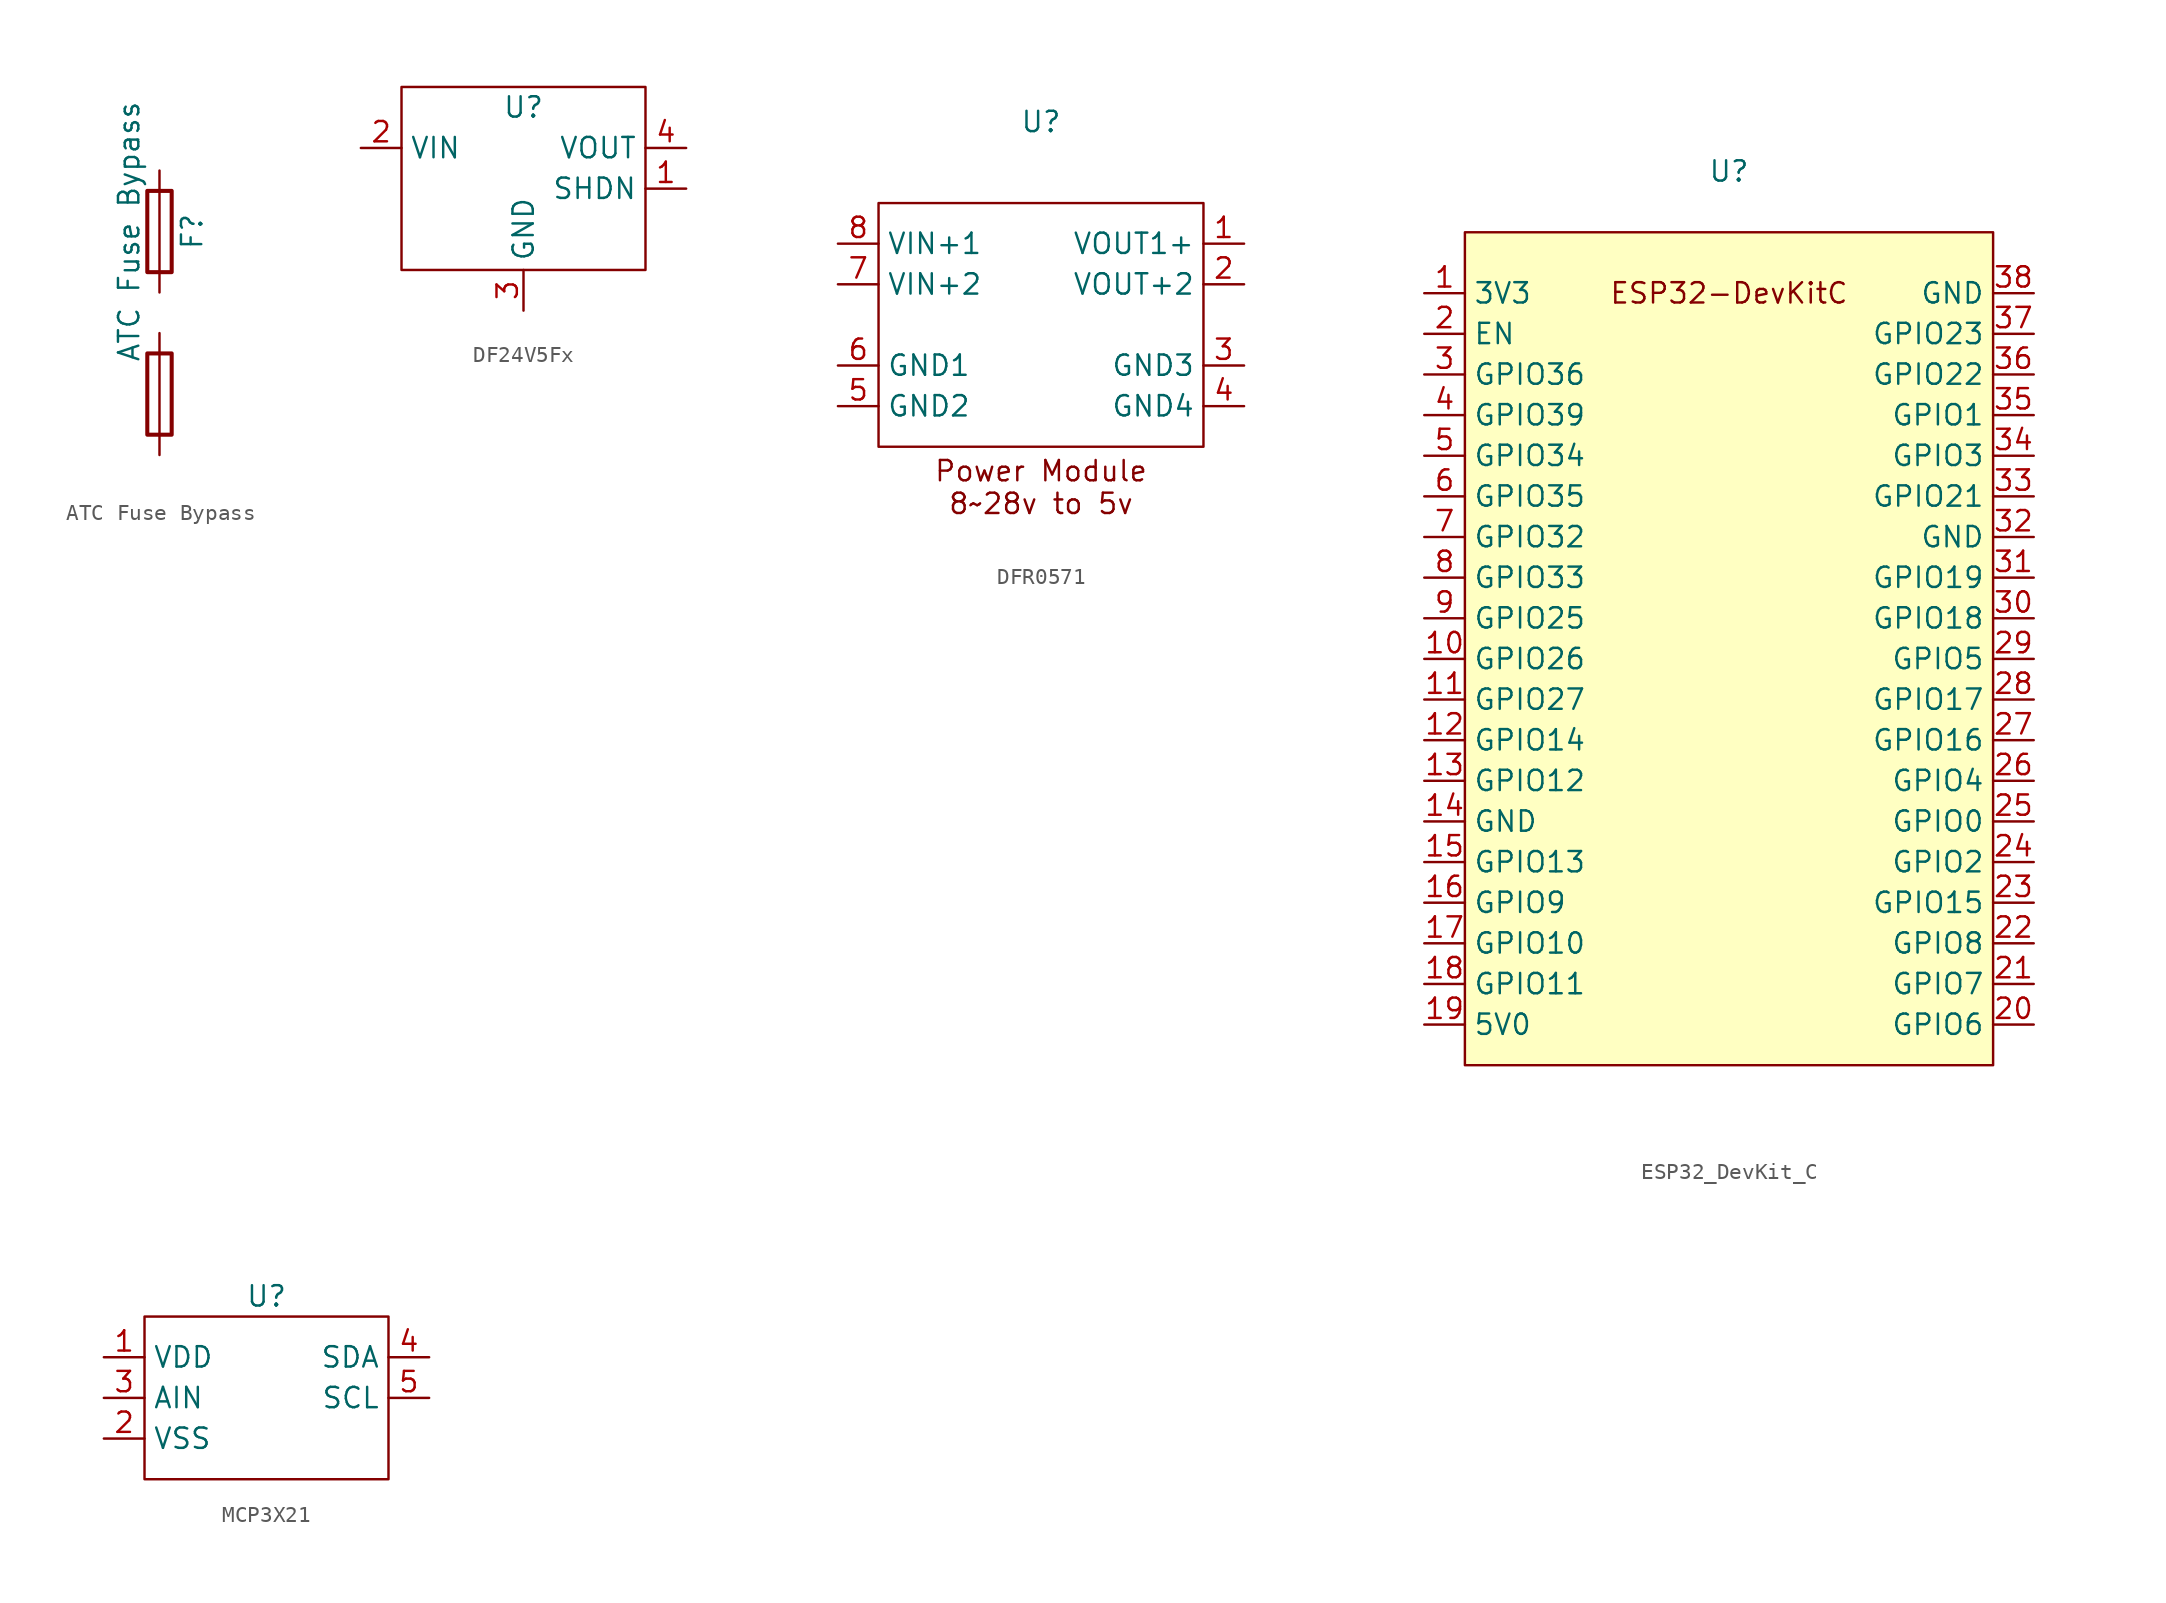
<source format=kicad_sym>
(kicad_symbol_lib
  (version 20220914)
  (generator kicad_symbol_editor)
  (symbol "ATC Fuse Bypass"
    (pin_numbers hide)
    (pin_names
      (offset 0))
    (property "Reference" "F"
      (at 2.032 5.08 90)
      (effects (font (size 1.27 1.27))))
    (property "Value" "ATC Fuse Bypass"
      (at -1.905 5.08 90)
      (effects (font (size 1.27 1.27))))
    (symbol "ATC Fuse Bypass_0_1"
      (rectangle (start -0.762 -7.62) (end 0.762 -2.54) (stroke (width 0.254) (type default)) (fill (type none)))
      (rectangle (start -0.762 2.54) (end 0.762 7.62) (stroke (width 0.254) (type default)) (fill (type none)))
      (polyline (pts (xy 0 -2.54) (xy 0 -7.62)) (stroke (width 0) (type default)) (fill (type none)))
      (polyline (pts (xy 0 7.62) (xy 0 2.54)) (stroke (width 0) (type default)) (fill (type none))))
    (symbol "ATC Fuse Bypass_1_1"
      (pin passive line (at 0 8.89 270) (length 1.27) (name "~" (effects (font (size 1.27 1.27)))) (number "1" (effects (font (size 1.27 1.27)))))
      (pin passive line (at 0 -1.27 270) (length 1.27) (name "~" (effects (font (size 1.27 1.27)))) (number "2" (effects (font (size 1.27 1.27)))))
      (pin passive line (at 0 1.27 90) (length 1.27) (name "~" (effects (font (size 1.27 1.27)))) (number "2" (effects (font (size 1.27 1.27)))))
      (pin passive line (at 0 -8.89 90) (length 1.27) (name "~" (effects (font (size 1.27 1.27)))) (number "3" (effects (font (size 1.27 1.27)))))))
  (symbol "DF24V5Fx"
    (property "Reference" "U"
      (at 0 3.81 0)
      (effects (font (size 1.27 1.27))))
    (property "Value" ""
      (at 0 3.81 0)
      (effects (font (size 1.27 1.27))))
    (symbol "DF24V5Fx_0_1"
      (rectangle (start -7.62 5.08) (end 7.62 -6.35) (stroke (width 0) (type default)) (fill (type none))))
    (symbol "DF24V5Fx_1_1"
      (pin power_out line (at 10.16 -1.27 180) (length 2.54) (name "SHDN" (effects (font (size 1.27 1.27)))) (number "1" (effects (font (size 1.27 1.27)))))
      (pin power_in line (at -10.16 1.27 0) (length 2.54) (name "VIN" (effects (font (size 1.27 1.27)))) (number "2" (effects (font (size 1.27 1.27)))))
      (pin power_in line (at 0 -8.89 90) (length 2.54) (name "GND" (effects (font (size 1.27 1.27)))) (number "3" (effects (font (size 1.27 1.27)))))
      (pin power_out line (at 10.16 1.27 180) (length 2.54) (name "VOUT" (effects (font (size 1.27 1.27)))) (number "4" (effects (font (size 1.27 1.27)))))))
  (symbol "DFR0571"
    (property "Reference" "U"
      (at 0 12.7 0)
      (effects (font (size 1.27 1.27))))
    (property "Value" ""
      (at 0 8.89 0)
      (effects (font (size 1.27 1.27))))
    (symbol "DFR0571_0_1"
      (rectangle (start -10.16 7.62) (end 10.16 -7.62) (stroke (width 0) (type default)) (fill (type none))))
    (symbol "DFR0571_1_1"
      (text "Power Module\n8~28v to 5v" (at 0 -10.16 0) (effects (font (size 1.27 1.27))))
      (pin power_out line (at 12.7 5.08 180) (length 2.54) (name "VOUT1+" (effects (font (size 1.27 1.27)))) (number "1" (effects (font (size 1.27 1.27)))))
      (pin power_out line (at 12.7 2.54 180) (length 2.54) (name "VOUT+2" (effects (font (size 1.27 1.27)))) (number "2" (effects (font (size 1.27 1.27)))))
      (pin power_out line (at 12.7 -2.54 180) (length 2.54) (name "GND3" (effects (font (size 1.27 1.27)))) (number "3" (effects (font (size 1.27 1.27)))))
      (pin power_out line (at 12.7 -5.08 180) (length 2.54) (name "GND4" (effects (font (size 1.27 1.27)))) (number "4" (effects (font (size 1.27 1.27)))))
      (pin power_in line (at -12.7 -5.08 0) (length 2.54) (name "GND2" (effects (font (size 1.27 1.27)))) (number "5" (effects (font (size 1.27 1.27)))))
      (pin power_in line (at -12.7 -2.54 0) (length 2.54) (name "GND1" (effects (font (size 1.27 1.27)))) (number "6" (effects (font (size 1.27 1.27)))))
      (pin power_in line (at -12.7 2.54 0) (length 2.54) (name "VIN+2" (effects (font (size 1.27 1.27)))) (number "7" (effects (font (size 1.27 1.27)))))
      (pin power_in line (at -12.7 5.08 0) (length 2.54) (name "VIN+1" (effects (font (size 1.27 1.27)))) (number "8" (effects (font (size 1.27 1.27)))))))
  (symbol "ESP32_DevKit_C"
    (property "Reference" "U"
      (at 0 29.21 0)
      (effects (font (size 1.27 1.27))))
    (property "Value" ""
      (at 0 26.67 0)
      (effects (font (size 1.27 1.27))))
    (symbol "ESP32_DevKit_C_1_1"
      (rectangle (start -16.51 25.4) (end 16.51 -26.67) (stroke (width 0) (type default)) (fill (type background)))
      (text "ESP32-DevKitC" (at 0 21.59 0) (effects (font (size 1.27 1.27))))
      (pin input line (at -19.05 21.59 0) (length 2.54) (name "3V3" (effects (font (size 1.27 1.27)))) (number "1" (effects (font (size 1.27 1.27)))))
      (pin input line (at -19.05 -1.27 0) (length 2.54) (name "GPIO26" (effects (font (size 1.27 1.27)))) (number "10" (effects (font (size 1.27 1.27)))))
      (pin input line (at -19.05 -3.81 0) (length 2.54) (name "GPIO27" (effects (font (size 1.27 1.27)))) (number "11" (effects (font (size 1.27 1.27)))))
      (pin input line (at -19.05 -6.35 0) (length 2.54) (name "GPIO14" (effects (font (size 1.27 1.27)))) (number "12" (effects (font (size 1.27 1.27)))))
      (pin input line (at -19.05 -8.89 0) (length 2.54) (name "GPIO12" (effects (font (size 1.27 1.27)))) (number "13" (effects (font (size 1.27 1.27)))))
      (pin input line (at -19.05 -11.43 0) (length 2.54) (name "GND" (effects (font (size 1.27 1.27)))) (number "14" (effects (font (size 1.27 1.27)))))
      (pin input line (at -19.05 -13.97 0) (length 2.54) (name "GPIO13" (effects (font (size 1.27 1.27)))) (number "15" (effects (font (size 1.27 1.27)))))
      (pin input line (at -19.05 -16.51 0) (length 2.54) (name "GPIO9" (effects (font (size 1.27 1.27)))) (number "16" (effects (font (size 1.27 1.27)))))
      (pin input line (at -19.05 -19.05 0) (length 2.54) (name "GPIO10" (effects (font (size 1.27 1.27)))) (number "17" (effects (font (size 1.27 1.27)))))
      (pin input line (at -19.05 -21.59 0) (length 2.54) (name "GPIO11" (effects (font (size 1.27 1.27)))) (number "18" (effects (font (size 1.27 1.27)))))
      (pin input line (at -19.05 -24.13 0) (length 2.54) (name "5V0" (effects (font (size 1.27 1.27)))) (number "19" (effects (font (size 1.27 1.27)))))
      (pin input line (at -19.05 19.05 0) (length 2.54) (name "EN" (effects (font (size 1.27 1.27)))) (number "2" (effects (font (size 1.27 1.27)))))
      (pin input line (at 19.05 -24.13 180) (length 2.54) (name "GPIO6" (effects (font (size 1.27 1.27)))) (number "20" (effects (font (size 1.27 1.27)))))
      (pin input line (at 19.05 -21.59 180) (length 2.54) (name "GPIO7" (effects (font (size 1.27 1.27)))) (number "21" (effects (font (size 1.27 1.27)))))
      (pin input line (at 19.05 -19.05 180) (length 2.54) (name "GPIO8" (effects (font (size 1.27 1.27)))) (number "22" (effects (font (size 1.27 1.27)))))
      (pin input line (at 19.05 -16.51 180) (length 2.54) (name "GPIO15" (effects (font (size 1.27 1.27)))) (number "23" (effects (font (size 1.27 1.27)))))
      (pin input line (at 19.05 -13.97 180) (length 2.54) (name "GPIO2" (effects (font (size 1.27 1.27)))) (number "24" (effects (font (size 1.27 1.27)))))
      (pin input line (at 19.05 -11.43 180) (length 2.54) (name "GPIO0" (effects (font (size 1.27 1.27)))) (number "25" (effects (font (size 1.27 1.27)))))
      (pin input line (at 19.05 -8.89 180) (length 2.54) (name "GPIO4" (effects (font (size 1.27 1.27)))) (number "26" (effects (font (size 1.27 1.27)))))
      (pin input line (at 19.05 -6.35 180) (length 2.54) (name "GPIO16" (effects (font (size 1.27 1.27)))) (number "27" (effects (font (size 1.27 1.27)))))
      (pin input line (at 19.05 -3.81 180) (length 2.54) (name "GPIO17" (effects (font (size 1.27 1.27)))) (number "28" (effects (font (size 1.27 1.27)))))
      (pin input line (at 19.05 -1.27 180) (length 2.54) (name "GPIO5" (effects (font (size 1.27 1.27)))) (number "29" (effects (font (size 1.27 1.27)))))
      (pin input line (at -19.05 16.51 0) (length 2.54) (name "GPIO36" (effects (font (size 1.27 1.27)))) (number "3" (effects (font (size 1.27 1.27)))))
      (pin input line (at 19.05 1.27 180) (length 2.54) (name "GPIO18" (effects (font (size 1.27 1.27)))) (number "30" (effects (font (size 1.27 1.27)))))
      (pin input line (at 19.05 3.81 180) (length 2.54) (name "GPIO19" (effects (font (size 1.27 1.27)))) (number "31" (effects (font (size 1.27 1.27)))))
      (pin input line (at 19.05 6.35 180) (length 2.54) (name "GND" (effects (font (size 1.27 1.27)))) (number "32" (effects (font (size 1.27 1.27)))))
      (pin input line (at 19.05 8.89 180) (length 2.54) (name "GPIO21" (effects (font (size 1.27 1.27)))) (number "33" (effects (font (size 1.27 1.27)))))
      (pin input line (at 19.05 11.43 180) (length 2.54) (name "GPIO3" (effects (font (size 1.27 1.27)))) (number "34" (effects (font (size 1.27 1.27)))))
      (pin input line (at 19.05 13.97 180) (length 2.54) (name "GPIO1" (effects (font (size 1.27 1.27)))) (number "35" (effects (font (size 1.27 1.27)))))
      (pin input line (at 19.05 16.51 180) (length 2.54) (name "GPIO22" (effects (font (size 1.27 1.27)))) (number "36" (effects (font (size 1.27 1.27)))))
      (pin input line (at 19.05 19.05 180) (length 2.54) (name "GPIO23" (effects (font (size 1.27 1.27)))) (number "37" (effects (font (size 1.27 1.27)))))
      (pin input line (at 19.05 21.59 180) (length 2.54) (name "GND" (effects (font (size 1.27 1.27)))) (number "38" (effects (font (size 1.27 1.27)))))
      (pin input line (at -19.05 13.97 0) (length 2.54) (name "GPIO39" (effects (font (size 1.27 1.27)))) (number "4" (effects (font (size 1.27 1.27)))))
      (pin input line (at -19.05 11.43 0) (length 2.54) (name "GPIO34" (effects (font (size 1.27 1.27)))) (number "5" (effects (font (size 1.27 1.27)))))
      (pin input line (at -19.05 8.89 0) (length 2.54) (name "GPIO35" (effects (font (size 1.27 1.27)))) (number "6" (effects (font (size 1.27 1.27)))))
      (pin input line (at -19.05 6.35 0) (length 2.54) (name "GPIO32" (effects (font (size 1.27 1.27)))) (number "7" (effects (font (size 1.27 1.27)))))
      (pin input line (at -19.05 3.81 0) (length 2.54) (name "GPIO33" (effects (font (size 1.27 1.27)))) (number "8" (effects (font (size 1.27 1.27)))))
      (pin input line (at -19.05 1.27 0) (length 2.54) (name "GPIO25" (effects (font (size 1.27 1.27)))) (number "9" (effects (font (size 1.27 1.27)))))))
  (symbol "MCP3X21"
    (property "Reference" "U"
      (at 0 0 0)
      (effects (font (size 1.27 1.27))))
    (property "Value" ""
      (at 0 0 0)
      (effects (font (size 1.27 1.27))))
    (symbol "MCP3X21_0_1"
      (rectangle (start -7.62 -1.27) (end 7.62 -11.43) (stroke (width 0) (type default)) (fill (type none))))
    (symbol "MCP3X21_1_1"
      (pin input line (at -10.16 -3.81 0) (length 2.54) (name "VDD" (effects (font (size 1.27 1.27)))) (number "1" (effects (font (size 1.27 1.27)))))
      (pin input line (at -10.16 -8.89 0) (length 2.54) (name "VSS" (effects (font (size 1.27 1.27)))) (number "2" (effects (font (size 1.27 1.27)))))
      (pin input line (at -10.16 -6.35 0) (length 2.54) (name "AIN" (effects (font (size 1.27 1.27)))) (number "3" (effects (font (size 1.27 1.27)))))
      (pin input line (at 10.16 -3.81 180) (length 2.54) (name "SDA" (effects (font (size 1.27 1.27)))) (number "4" (effects (font (size 1.27 1.27)))))
      (pin input line (at 10.16 -6.35 180) (length 2.54) (name "SCL" (effects (font (size 1.27 1.27)))) (number "5" (effects (font (size 1.27 1.27))))))))
</source>
